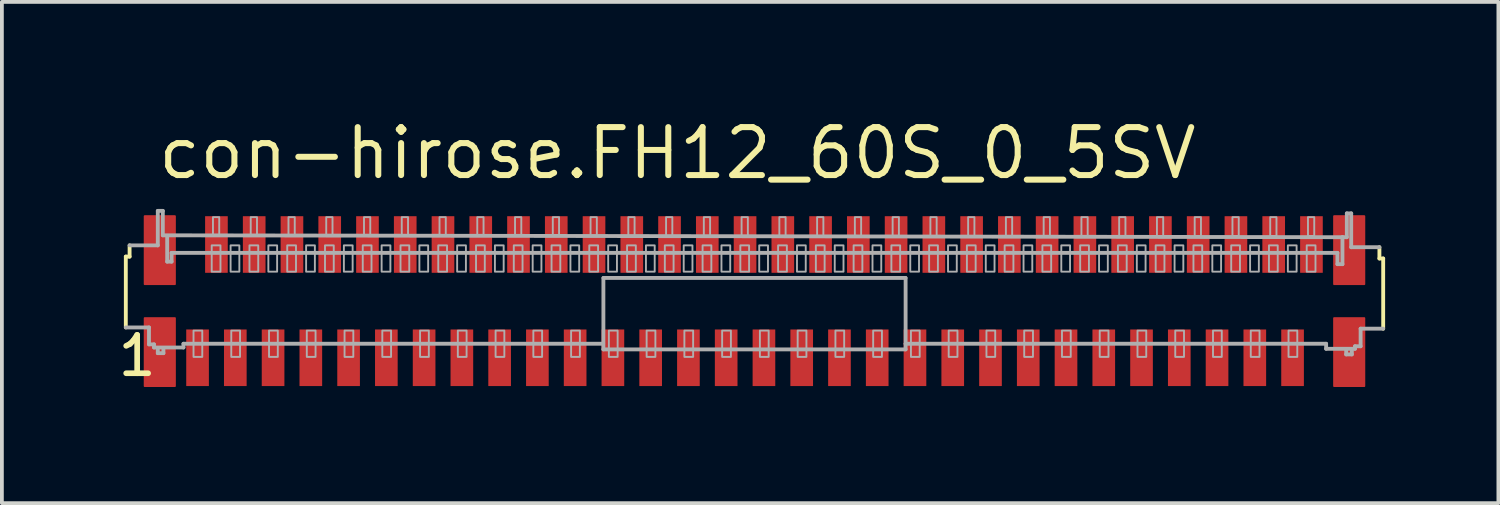
<source format=kicad_pcb>
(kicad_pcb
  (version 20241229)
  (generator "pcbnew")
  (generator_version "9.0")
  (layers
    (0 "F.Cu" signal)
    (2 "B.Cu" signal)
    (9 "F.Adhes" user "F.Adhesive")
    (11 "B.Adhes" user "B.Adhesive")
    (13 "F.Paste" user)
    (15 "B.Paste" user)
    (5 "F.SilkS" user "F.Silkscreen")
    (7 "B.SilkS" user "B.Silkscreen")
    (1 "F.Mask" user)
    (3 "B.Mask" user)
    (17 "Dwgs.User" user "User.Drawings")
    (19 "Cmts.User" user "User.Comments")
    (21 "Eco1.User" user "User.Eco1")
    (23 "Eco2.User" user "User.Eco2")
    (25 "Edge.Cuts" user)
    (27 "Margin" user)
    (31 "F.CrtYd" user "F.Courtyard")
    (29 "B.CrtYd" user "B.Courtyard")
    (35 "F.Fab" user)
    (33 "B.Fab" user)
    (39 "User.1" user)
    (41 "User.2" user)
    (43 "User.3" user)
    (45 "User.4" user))
  (footprint "con-hirose.FH12_60S_0_5SV"
    (layer "F.Cu")
    (at 16.932 4.925)
    (property "Reference" "con-hirose.FH12_60S_0_5SV" (at -15.875 -3.175 0) (layer "F.SilkS") (effects (font (size 1.27 1.27) (thickness 0.16)) (justify left bottom)))
    (attr smd)
    (fp_rect (start -16.15 -0.45) (end -15.35 -2.25) (stroke (width 0.05) (type default)) (fill yes) (layer "F.Cu"))
    (fp_rect (start -16.15 2.25) (end -15.35 0.45) (stroke (width 0.05) (type default)) (fill yes) (layer "F.Cu"))
    (fp_rect (start 15.35 -0.45) (end 16.15 -2.25) (stroke (width 0.05) (type default)) (fill yes) (layer "F.Cu"))
    (fp_rect (start 15.35 2.25) (end 16.15 0.45) (stroke (width 0.05) (type default)) (fill yes) (layer "F.Cu"))
    (fp_rect (start -16.225 -0.375) (end -15.275 -2.325) (stroke (width 0.05) (type default)) (fill yes) (layer "F.Mask"))
    (fp_rect (start -16.225 2.325) (end -15.275 0.375) (stroke (width 0.05) (type default)) (fill yes) (layer "F.Mask"))
    (fp_rect (start -15.1 2.3) (end -14.4 0.7) (stroke (width 0.05) (type default)) (fill yes) (layer "F.Mask"))
    (fp_rect (start -14.6 -0.7) (end -13.9 -2.3) (stroke (width 0.05) (type default)) (fill yes) (layer "F.Mask"))
    (fp_rect (start -14.1 2.3) (end -13.4 0.7) (stroke (width 0.05) (type default)) (fill yes) (layer "F.Mask"))
    (fp_rect (start -13.6 -0.7) (end -12.9 -2.3) (stroke (width 0.05) (type default)) (fill yes) (layer "F.Mask"))
    (fp_rect (start -13.1 2.3) (end -12.4 0.7) (stroke (width 0.05) (type default)) (fill yes) (layer "F.Mask"))
    (fp_rect (start -12.6 -0.7) (end -11.9 -2.3) (stroke (width 0.05) (type default)) (fill yes) (layer "F.Mask"))
    (fp_rect (start -12.1 2.3) (end -11.4 0.7) (stroke (width 0.05) (type default)) (fill yes) (layer "F.Mask"))
    (fp_rect (start -11.6 -0.7) (end -10.9 -2.3) (stroke (width 0.05) (type default)) (fill yes) (layer "F.Mask"))
    (fp_rect (start -11.1 2.3) (end -10.4 0.7) (stroke (width 0.05) (type default)) (fill yes) (layer "F.Mask"))
    (fp_rect (start -10.6 -0.7) (end -9.9 -2.3) (stroke (width 0.05) (type default)) (fill yes) (layer "F.Mask"))
    (fp_rect (start -10.1 2.3) (end -9.4 0.7) (stroke (width 0.05) (type default)) (fill yes) (layer "F.Mask"))
    (fp_rect (start -9.6 -0.7) (end -8.9 -2.3) (stroke (width 0.05) (type default)) (fill yes) (layer "F.Mask"))
    (fp_rect (start -9.1 2.3) (end -8.4 0.7) (stroke (width 0.05) (type default)) (fill yes) (layer "F.Mask"))
    (fp_rect (start -8.6 -0.7) (end -7.9 -2.3) (stroke (width 0.05) (type default)) (fill yes) (layer "F.Mask"))
    (fp_rect (start -8.1 2.3) (end -7.4 0.7) (stroke (width 0.05) (type default)) (fill yes) (layer "F.Mask"))
    (fp_rect (start -7.6 -0.7) (end -6.9 -2.3) (stroke (width 0.05) (type default)) (fill yes) (layer "F.Mask"))
    (fp_rect (start -7.1 2.3) (end -6.4 0.7) (stroke (width 0.05) (type default)) (fill yes) (layer "F.Mask"))
    (fp_rect (start -6.6 -0.7) (end -5.9 -2.3) (stroke (width 0.05) (type default)) (fill yes) (layer "F.Mask"))
    (fp_rect (start -6.1 2.3) (end -5.4 0.7) (stroke (width 0.05) (type default)) (fill yes) (layer "F.Mask"))
    (fp_rect (start -5.6 -0.7) (end -4.9 -2.3) (stroke (width 0.05) (type default)) (fill yes) (layer "F.Mask"))
    (fp_rect (start -5.1 2.3) (end -4.4 0.7) (stroke (width 0.05) (type default)) (fill yes) (layer "F.Mask"))
    (fp_rect (start -4.6 -0.7) (end -3.9 -2.3) (stroke (width 0.05) (type default)) (fill yes) (layer "F.Mask"))
    (fp_rect (start -4.1 2.3) (end -3.4 0.7) (stroke (width 0.05) (type default)) (fill yes) (layer "F.Mask"))
    (fp_rect (start -3.6 -0.7) (end -2.9 -2.3) (stroke (width 0.05) (type default)) (fill yes) (layer "F.Mask"))
    (fp_rect (start -3.1 2.3) (end -2.4 0.7) (stroke (width 0.05) (type default)) (fill yes) (layer "F.Mask"))
    (fp_rect (start -2.6 -0.7) (end -1.9 -2.3) (stroke (width 0.05) (type default)) (fill yes) (layer "F.Mask"))
    (fp_rect (start -2.1 2.3) (end -1.4 0.7) (stroke (width 0.05) (type default)) (fill yes) (layer "F.Mask"))
    (fp_rect (start -1.6 -0.7) (end -0.9 -2.3) (stroke (width 0.05) (type default)) (fill yes) (layer "F.Mask"))
    (fp_rect (start -1.1 2.3) (end -0.4 0.7) (stroke (width 0.05) (type default)) (fill yes) (layer "F.Mask"))
    (fp_rect (start -0.6 -0.7) (end 0.1 -2.3) (stroke (width 0.05) (type default)) (fill yes) (layer "F.Mask"))
    (fp_rect (start -0.1 2.3) (end 0.6 0.7) (stroke (width 0.05) (type default)) (fill yes) (layer "F.Mask"))
    (fp_rect (start 0.4 -0.7) (end 1.1 -2.3) (stroke (width 0.05) (type default)) (fill yes) (layer "F.Mask"))
    (fp_rect (start 0.9 2.3) (end 1.6 0.7) (stroke (width 0.05) (type default)) (fill yes) (layer "F.Mask"))
    (fp_rect (start 1.4 -0.7) (end 2.1 -2.3) (stroke (width 0.05) (type default)) (fill yes) (layer "F.Mask"))
    (fp_rect (start 1.9 2.3) (end 2.6 0.7) (stroke (width 0.05) (type default)) (fill yes) (layer "F.Mask"))
    (fp_rect (start 2.4 -0.7) (end 3.1 -2.3) (stroke (width 0.05) (type default)) (fill yes) (layer "F.Mask"))
    (fp_rect (start 2.9 2.3) (end 3.6 0.7) (stroke (width 0.05) (type default)) (fill yes) (layer "F.Mask"))
    (fp_rect (start 3.4 -0.7) (end 4.1 -2.3) (stroke (width 0.05) (type default)) (fill yes) (layer "F.Mask"))
    (fp_rect (start 3.9 2.3) (end 4.6 0.7) (stroke (width 0.05) (type default)) (fill yes) (layer "F.Mask"))
    (fp_rect (start 4.4 -0.7) (end 5.1 -2.3) (stroke (width 0.05) (type default)) (fill yes) (layer "F.Mask"))
    (fp_rect (start 4.9 2.3) (end 5.6 0.7) (stroke (width 0.05) (type default)) (fill yes) (layer "F.Mask"))
    (fp_rect (start 5.4 -0.7) (end 6.1 -2.3) (stroke (width 0.05) (type default)) (fill yes) (layer "F.Mask"))
    (fp_rect (start 5.9 2.3) (end 6.6 0.7) (stroke (width 0.05) (type default)) (fill yes) (layer "F.Mask"))
    (fp_rect (start 6.4 -0.7) (end 7.1 -2.3) (stroke (width 0.05) (type default)) (fill yes) (layer "F.Mask"))
    (fp_rect (start 6.9 2.3) (end 7.6 0.7) (stroke (width 0.05) (type default)) (fill yes) (layer "F.Mask"))
    (fp_rect (start 7.4 -0.7) (end 8.1 -2.3) (stroke (width 0.05) (type default)) (fill yes) (layer "F.Mask"))
    (fp_rect (start 7.9 2.3) (end 8.6 0.7) (stroke (width 0.05) (type default)) (fill yes) (layer "F.Mask"))
    (fp_rect (start 8.4 -0.7) (end 9.1 -2.3) (stroke (width 0.05) (type default)) (fill yes) (layer "F.Mask"))
    (fp_rect (start 8.9 2.3) (end 9.6 0.7) (stroke (width 0.05) (type default)) (fill yes) (layer "F.Mask"))
    (fp_rect (start 9.4 -0.7) (end 10.1 -2.3) (stroke (width 0.05) (type default)) (fill yes) (layer "F.Mask"))
    (fp_rect (start 9.9 2.3) (end 10.6 0.7) (stroke (width 0.05) (type default)) (fill yes) (layer "F.Mask"))
    (fp_rect (start 10.4 -0.7) (end 11.1 -2.3) (stroke (width 0.05) (type default)) (fill yes) (layer "F.Mask"))
    (fp_rect (start 10.9 2.3) (end 11.6 0.7) (stroke (width 0.05) (type default)) (fill yes) (layer "F.Mask"))
    (fp_rect (start 11.4 -0.7) (end 12.1 -2.3) (stroke (width 0.05) (type default)) (fill yes) (layer "F.Mask"))
    (fp_rect (start 11.9 2.3) (end 12.6 0.7) (stroke (width 0.05) (type default)) (fill yes) (layer "F.Mask"))
    (fp_rect (start 12.4 -0.7) (end 13.1 -2.3) (stroke (width 0.05) (type default)) (fill yes) (layer "F.Mask"))
    (fp_rect (start 12.9 2.3) (end 13.6 0.7) (stroke (width 0.05) (type default)) (fill yes) (layer "F.Mask"))
    (fp_rect (start 13.4 -0.7) (end 14.1 -2.3) (stroke (width 0.05) (type default)) (fill yes) (layer "F.Mask"))
    (fp_rect (start 13.9 2.3) (end 14.6 0.7) (stroke (width 0.05) (type default)) (fill yes) (layer "F.Mask"))
    (fp_rect (start 14.4 -0.7) (end 15.1 -2.3) (stroke (width 0.05) (type default)) (fill yes) (layer "F.Mask"))
    (fp_rect (start 15.275 -0.375) (end 16.225 -2.325) (stroke (width 0.05) (type default)) (fill yes) (layer "F.Mask"))
    (fp_rect (start 15.275 2.325) (end 16.225 0.375) (stroke (width 0.05) (type default)) (fill yes) (layer "F.Mask"))
    (fp_line (start -16.65 -1.179) (end -16.55 -1.179) (stroke (width 0.102) (type default)) (layer "F.SilkS"))
    (fp_line (start -16.65 0.697) (end -16.65 -1.179) (stroke (width 0.102) (type default)) (layer "F.SilkS"))
    (fp_line (start -16.55 -1.179) (end -16.55 -1.477) (stroke (width 0.102) (type default)) (layer "F.SilkS"))
    (fp_line (start 16.55 -1.428) (end 16.55 -1.129) (stroke (width 0.102) (type default)) (layer "F.SilkS"))
    (fp_line (start 16.55 -1.129) (end 16.65 -1.129) (stroke (width 0.102) (type default)) (layer "F.SilkS"))
    (fp_line (start 16.65 -1.129) (end 16.65 0.73) (stroke (width 0.102) (type default)) (layer "F.SilkS"))
    (fp_rect (start -16.1 -0.5) (end -15.4 -2.2) (stroke (width 0.05) (type default)) (fill yes) (layer "F.Paste"))
    (fp_rect (start -16.1 2.2) (end -15.4 0.5) (stroke (width 0.05) (type default)) (fill yes) (layer "F.Paste"))
    (fp_rect (start -15 2.2) (end -14.5 0.8) (stroke (width 0.05) (type default)) (fill yes) (layer "F.Paste"))
    (fp_rect (start -14.5 -0.8) (end -14 -2.2) (stroke (width 0.05) (type default)) (fill yes) (layer "F.Paste"))
    (fp_rect (start -14 2.2) (end -13.5 0.8) (stroke (width 0.05) (type default)) (fill yes) (layer "F.Paste"))
    (fp_rect (start -13.5 -0.8) (end -13 -2.2) (stroke (width 0.05) (type default)) (fill yes) (layer "F.Paste"))
    (fp_rect (start -13 2.2) (end -12.5 0.8) (stroke (width 0.05) (type default)) (fill yes) (layer "F.Paste"))
    (fp_rect (start -12.5 -0.8) (end -12 -2.2) (stroke (width 0.05) (type default)) (fill yes) (layer "F.Paste"))
    (fp_rect (start -12 2.2) (end -11.5 0.8) (stroke (width 0.05) (type default)) (fill yes) (layer "F.Paste"))
    (fp_rect (start -11.5 -0.8) (end -11 -2.2) (stroke (width 0.05) (type default)) (fill yes) (layer "F.Paste"))
    (fp_rect (start -11 2.2) (end -10.5 0.8) (stroke (width 0.05) (type default)) (fill yes) (layer "F.Paste"))
    (fp_rect (start -10.5 -0.8) (end -10 -2.2) (stroke (width 0.05) (type default)) (fill yes) (layer "F.Paste"))
    (fp_rect (start -10 2.2) (end -9.5 0.8) (stroke (width 0.05) (type default)) (fill yes) (layer "F.Paste"))
    (fp_rect (start -9.5 -0.8) (end -9 -2.2) (stroke (width 0.05) (type default)) (fill yes) (layer "F.Paste"))
    (fp_rect (start -9 2.2) (end -8.5 0.8) (stroke (width 0.05) (type default)) (fill yes) (layer "F.Paste"))
    (fp_rect (start -8.5 -0.8) (end -8 -2.2) (stroke (width 0.05) (type default)) (fill yes) (layer "F.Paste"))
    (fp_rect (start -8 2.2) (end -7.5 0.8) (stroke (width 0.05) (type default)) (fill yes) (layer "F.Paste"))
    (fp_rect (start -7.5 -0.8) (end -7 -2.2) (stroke (width 0.05) (type default)) (fill yes) (layer "F.Paste"))
    (fp_rect (start -7 2.2) (end -6.5 0.8) (stroke (width 0.05) (type default)) (fill yes) (layer "F.Paste"))
    (fp_rect (start -6.5 -0.8) (end -6 -2.2) (stroke (width 0.05) (type default)) (fill yes) (layer "F.Paste"))
    (fp_rect (start -6 2.2) (end -5.5 0.8) (stroke (width 0.05) (type default)) (fill yes) (layer "F.Paste"))
    (fp_rect (start -5.5 -0.8) (end -5 -2.2) (stroke (width 0.05) (type default)) (fill yes) (layer "F.Paste"))
    (fp_rect (start -5 2.2) (end -4.5 0.8) (stroke (width 0.05) (type default)) (fill yes) (layer "F.Paste"))
    (fp_rect (start -4.5 -0.8) (end -4 -2.2) (stroke (width 0.05) (type default)) (fill yes) (layer "F.Paste"))
    (fp_rect (start -4 2.2) (end -3.5 0.8) (stroke (width 0.05) (type default)) (fill yes) (layer "F.Paste"))
    (fp_rect (start -3.5 -0.8) (end -3 -2.2) (stroke (width 0.05) (type default)) (fill yes) (layer "F.Paste"))
    (fp_rect (start -3 2.2) (end -2.5 0.8) (stroke (width 0.05) (type default)) (fill yes) (layer "F.Paste"))
    (fp_rect (start -2.5 -0.8) (end -2 -2.2) (stroke (width 0.05) (type default)) (fill yes) (layer "F.Paste"))
    (fp_rect (start -2 2.2) (end -1.5 0.8) (stroke (width 0.05) (type default)) (fill yes) (layer "F.Paste"))
    (fp_rect (start -1.5 -0.8) (end -1 -2.2) (stroke (width 0.05) (type default)) (fill yes) (layer "F.Paste"))
    (fp_rect (start -1 2.2) (end -0.5 0.8) (stroke (width 0.05) (type default)) (fill yes) (layer "F.Paste"))
    (fp_rect (start -0.5 -0.8) (end 0 -2.2) (stroke (width 0.05) (type default)) (fill yes) (layer "F.Paste"))
    (fp_rect (start 0 2.2) (end 0.5 0.8) (stroke (width 0.05) (type default)) (fill yes) (layer "F.Paste"))
    (fp_rect (start 0.5 -0.8) (end 1 -2.2) (stroke (width 0.05) (type default)) (fill yes) (layer "F.Paste"))
    (fp_rect (start 1 2.2) (end 1.5 0.8) (stroke (width 0.05) (type default)) (fill yes) (layer "F.Paste"))
    (fp_rect (start 1.5 -0.8) (end 2 -2.2) (stroke (width 0.05) (type default)) (fill yes) (layer "F.Paste"))
    (fp_rect (start 2 2.2) (end 2.5 0.8) (stroke (width 0.05) (type default)) (fill yes) (layer "F.Paste"))
    (fp_rect (start 2.5 -0.8) (end 3 -2.2) (stroke (width 0.05) (type default)) (fill yes) (layer "F.Paste"))
    (fp_rect (start 3 2.2) (end 3.5 0.8) (stroke (width 0.05) (type default)) (fill yes) (layer "F.Paste"))
    (fp_rect (start 3.5 -0.8) (end 4 -2.2) (stroke (width 0.05) (type default)) (fill yes) (layer "F.Paste"))
    (fp_rect (start 4 2.2) (end 4.5 0.8) (stroke (width 0.05) (type default)) (fill yes) (layer "F.Paste"))
    (fp_rect (start 4.5 -0.8) (end 5 -2.2) (stroke (width 0.05) (type default)) (fill yes) (layer "F.Paste"))
    (fp_rect (start 5 2.2) (end 5.5 0.8) (stroke (width 0.05) (type default)) (fill yes) (layer "F.Paste"))
    (fp_rect (start 5.5 -0.8) (end 6 -2.2) (stroke (width 0.05) (type default)) (fill yes) (layer "F.Paste"))
    (fp_rect (start 6 2.2) (end 6.5 0.8) (stroke (width 0.05) (type default)) (fill yes) (layer "F.Paste"))
    (fp_rect (start 6.5 -0.8) (end 7 -2.2) (stroke (width 0.05) (type default)) (fill yes) (layer "F.Paste"))
    (fp_rect (start 7 2.2) (end 7.5 0.8) (stroke (width 0.05) (type default)) (fill yes) (layer "F.Paste"))
    (fp_rect (start 7.5 -0.8) (end 8 -2.2) (stroke (width 0.05) (type default)) (fill yes) (layer "F.Paste"))
    (fp_rect (start 8 2.2) (end 8.5 0.8) (stroke (width 0.05) (type default)) (fill yes) (layer "F.Paste"))
    (fp_rect (start 8.5 -0.8) (end 9 -2.2) (stroke (width 0.05) (type default)) (fill yes) (layer "F.Paste"))
    (fp_rect (start 9 2.2) (end 9.5 0.8) (stroke (width 0.05) (type default)) (fill yes) (layer "F.Paste"))
    (fp_rect (start 9.5 -0.8) (end 10 -2.2) (stroke (width 0.05) (type default)) (fill yes) (layer "F.Paste"))
    (fp_rect (start 10 2.2) (end 10.5 0.8) (stroke (width 0.05) (type default)) (fill yes) (layer "F.Paste"))
    (fp_rect (start 10.5 -0.8) (end 11 -2.2) (stroke (width 0.05) (type default)) (fill yes) (layer "F.Paste"))
    (fp_rect (start 11 2.2) (end 11.5 0.8) (stroke (width 0.05) (type default)) (fill yes) (layer "F.Paste"))
    (fp_rect (start 11.5 -0.8) (end 12 -2.2) (stroke (width 0.05) (type default)) (fill yes) (layer "F.Paste"))
    (fp_rect (start 12 2.2) (end 12.5 0.8) (stroke (width 0.05) (type default)) (fill yes) (layer "F.Paste"))
    (fp_rect (start 12.5 -0.8) (end 13 -2.2) (stroke (width 0.05) (type default)) (fill yes) (layer "F.Paste"))
    (fp_rect (start 13 2.2) (end 13.5 0.8) (stroke (width 0.05) (type default)) (fill yes) (layer "F.Paste"))
    (fp_rect (start 13.5 -0.8) (end 14 -2.2) (stroke (width 0.05) (type default)) (fill yes) (layer "F.Paste"))
    (fp_rect (start 14 2.2) (end 14.5 0.8) (stroke (width 0.05) (type default)) (fill yes) (layer "F.Paste"))
    (fp_rect (start 14.5 -0.8) (end 15 -2.2) (stroke (width 0.05) (type default)) (fill yes) (layer "F.Paste"))
    (fp_rect (start 15.4 -0.5) (end 16.1 -2.2) (stroke (width 0.05) (type default)) (fill yes) (layer "F.Paste"))
    (fp_rect (start 15.4 2.2) (end 16.1 0.5) (stroke (width 0.05) (type default)) (fill yes) (layer "F.Paste"))
    (fp_line (start -16.55 -1.477) (end -15.803 -1.477) (stroke (width 0.102) (type default)) (layer "F.Fab"))
    (fp_line (start -16.036 0.697) (end -16.65 0.697) (stroke (width 0.102) (type default)) (layer "F.Fab"))
    (fp_line (start -16.036 1.145) (end -16.036 0.697) (stroke (width 0.102) (type default)) (layer "F.Fab"))
    (fp_line (start -15.903 1.145) (end -16.036 1.145) (stroke (width 0.102) (type default)) (layer "F.Fab"))
    (fp_line (start -15.903 1.228) (end -15.903 1.145) (stroke (width 0.102) (type default)) (layer "F.Fab"))
    (fp_line (start -15.803 -2.39) (end -15.67 -2.39) (stroke (width 0.102) (type default)) (layer "F.Fab"))
    (fp_line (start -15.803 -1.477) (end -15.803 -2.39) (stroke (width 0.102) (type default)) (layer "F.Fab"))
    (fp_line (start -15.803 1.278) (end -15.803 1.378) (stroke (width 0.102) (type default)) (layer "F.Fab"))
    (fp_line (start -15.803 1.378) (end -15.654 1.378) (stroke (width 0.102) (type default)) (layer "F.Fab"))
    (fp_line (start -15.67 -2.39) (end -15.67 -1.743) (stroke (width 0.102) (type default)) (layer "F.Fab"))
    (fp_line (start -15.654 1.378) (end -15.654 1.278) (stroke (width 0.102) (type default)) (layer "F.Fab"))
    (fp_line (start -15.554 -1.71) (end -15.554 -1.046) (stroke (width 0.102) (type default)) (layer "F.Fab"))
    (fp_line (start -15.554 -1.046) (end -15.438 -1.046) (stroke (width 0.102) (type default)) (layer "F.Fab"))
    (fp_line (start -15.438 -1.278) (end 15.438 -1.278) (stroke (width 0.102) (type default)) (layer "F.Fab"))
    (fp_line (start -15.438 -1.046) (end -15.438 -1.278) (stroke (width 0.102) (type default)) (layer "F.Fab"))
    (fp_line (start -15.123 1.129) (end -15.123 1.228) (stroke (width 0.102) (type default)) (layer "F.Fab"))
    (fp_line (start -15.123 1.228) (end -15.903 1.228) (stroke (width 0.102) (type default)) (layer "F.Fab"))
    (fp_line (start -4.008 1.129) (end -15.123 1.129) (stroke (width 0.102) (type default)) (layer "F.Fab"))
    (fp_line (start -4.002 1.278) (end -4.002 -0.614) (stroke (width 0.102) (type default)) (layer "F.Fab"))
    (fp_line (start -4 -0.614) (end 4 -0.614) (stroke (width 0.102) (type default)) (layer "F.Fab"))
    (fp_line (start 4.002 -0.614) (end 4.002 1.129) (stroke (width 0.102) (type default)) (layer "F.Fab"))
    (fp_line (start 4.002 1.129) (end 4.002 1.278) (stroke (width 0.102) (type default)) (layer "F.Fab"))
    (fp_line (start 4.002 1.278) (end -4.002 1.278) (stroke (width 0.102) (type default)) (layer "F.Fab"))
    (fp_line (start 15.139 1.129) (end 4.002 1.129) (stroke (width 0.102) (type default)) (layer "F.Fab"))
    (fp_line (start 15.139 1.262) (end 15.139 1.129) (stroke (width 0.102) (type default)) (layer "F.Fab"))
    (fp_line (start 15.438 -1.278) (end 15.438 -0.979) (stroke (width 0.102) (type default)) (layer "F.Fab"))
    (fp_line (start 15.438 -0.979) (end 15.571 -0.979) (stroke (width 0.102) (type default)) (layer "F.Fab"))
    (fp_line (start 15.571 -1.693) (end -15.67 -1.743) (stroke (width 0.102) (type default)) (layer "F.Fab"))
    (fp_line (start 15.571 -0.979) (end 15.571 -1.693) (stroke (width 0.102) (type default)) (layer "F.Fab"))
    (fp_line (start 15.67 1.311) (end 15.67 1.411) (stroke (width 0.102) (type default)) (layer "F.Fab"))
    (fp_line (start 15.67 1.411) (end 15.82 1.411) (stroke (width 0.102) (type default)) (layer "F.Fab"))
    (fp_line (start 15.687 -2.324) (end 15.687 -1.693) (stroke (width 0.102) (type default)) (layer "F.Fab"))
    (fp_line (start 15.687 -2.324) (end 15.803 -2.324) (stroke (width 0.102) (type default)) (layer "F.Fab"))
    (fp_line (start 15.687 -1.693) (end 15.571 -1.693) (stroke (width 0.102) (type default)) (layer "F.Fab"))
    (fp_line (start 15.803 -2.324) (end 15.803 -1.428) (stroke (width 0.102) (type default)) (layer "F.Fab"))
    (fp_line (start 15.803 -1.428) (end 16.55 -1.428) (stroke (width 0.102) (type default)) (layer "F.Fab"))
    (fp_line (start 15.82 1.411) (end 15.82 1.311) (stroke (width 0.102) (type default)) (layer "F.Fab"))
    (fp_line (start 15.903 1.195) (end 15.903 1.262) (stroke (width 0.102) (type default)) (layer "F.Fab"))
    (fp_line (start 15.903 1.262) (end 15.139 1.262) (stroke (width 0.102) (type default)) (layer "F.Fab"))
    (fp_line (start 16.052 0.73) (end 16.052 1.195) (stroke (width 0.102) (type default)) (layer "F.Fab"))
    (fp_line (start 16.052 1.195) (end 15.903 1.195) (stroke (width 0.102) (type default)) (layer "F.Fab"))
    (fp_line (start 16.65 0.73) (end 16.052 0.73) (stroke (width 0.102) (type default)) (layer "F.Fab"))
    (fp_rect (start -14.857 1.477) (end -14.625 0.78) (stroke (width 0.05) (type default)) (fill no) (layer "F.Fab"))
    (fp_rect (start -14.375 -0.78) (end -14.143 -1.477) (stroke (width 0.05) (type default)) (fill no) (layer "F.Fab"))
    (fp_rect (start -14.342 -1.726) (end -14.176 -2.224) (stroke (width 0.05) (type default)) (fill no) (layer "F.Fab"))
    (fp_rect (start -13.875 -0.78) (end -13.643 -1.477) (stroke (width 0.05) (type default)) (fill no) (layer "F.Fab"))
    (fp_rect (start -13.857 1.477) (end -13.625 0.78) (stroke (width 0.05) (type default)) (fill no) (layer "F.Fab"))
    (fp_rect (start -13.375 -0.78) (end -13.143 -1.477) (stroke (width 0.05) (type default)) (fill no) (layer "F.Fab"))
    (fp_rect (start -13.342 -1.726) (end -13.176 -2.224) (stroke (width 0.05) (type default)) (fill no) (layer "F.Fab"))
    (fp_rect (start -12.875 -0.78) (end -12.643 -1.477) (stroke (width 0.05) (type default)) (fill no) (layer "F.Fab"))
    (fp_rect (start -12.857 1.477) (end -12.625 0.78) (stroke (width 0.05) (type default)) (fill no) (layer "F.Fab"))
    (fp_rect (start -12.375 -0.78) (end -12.143 -1.477) (stroke (width 0.05) (type default)) (fill no) (layer "F.Fab"))
    (fp_rect (start -12.342 -1.726) (end -12.176 -2.224) (stroke (width 0.05) (type default)) (fill no) (layer "F.Fab"))
    (fp_rect (start -11.875 -0.78) (end -11.643 -1.477) (stroke (width 0.05) (type default)) (fill no) (layer "F.Fab"))
    (fp_rect (start -11.857 1.477) (end -11.625 0.78) (stroke (width 0.05) (type default)) (fill no) (layer "F.Fab"))
    (fp_rect (start -11.375 -0.78) (end -11.143 -1.477) (stroke (width 0.05) (type default)) (fill no) (layer "F.Fab"))
    (fp_rect (start -11.342 -1.726) (end -11.176 -2.224) (stroke (width 0.05) (type default)) (fill no) (layer "F.Fab"))
    (fp_rect (start -10.875 -0.78) (end -10.643 -1.477) (stroke (width 0.05) (type default)) (fill no) (layer "F.Fab"))
    (fp_rect (start -10.857 1.477) (end -10.625 0.78) (stroke (width 0.05) (type default)) (fill no) (layer "F.Fab"))
    (fp_rect (start -10.375 -0.78) (end -10.143 -1.477) (stroke (width 0.05) (type default)) (fill no) (layer "F.Fab"))
    (fp_rect (start -10.342 -1.726) (end -10.176 -2.224) (stroke (width 0.05) (type default)) (fill no) (layer "F.Fab"))
    (fp_rect (start -9.875 -0.78) (end -9.643 -1.477) (stroke (width 0.05) (type default)) (fill no) (layer "F.Fab"))
    (fp_rect (start -9.857 1.477) (end -9.625 0.78) (stroke (width 0.05) (type default)) (fill no) (layer "F.Fab"))
    (fp_rect (start -9.375 -0.78) (end -9.143 -1.477) (stroke (width 0.05) (type default)) (fill no) (layer "F.Fab"))
    (fp_rect (start -9.342 -1.726) (end -9.176 -2.224) (stroke (width 0.05) (type default)) (fill no) (layer "F.Fab"))
    (fp_rect (start -8.875 -0.78) (end -8.643 -1.477) (stroke (width 0.05) (type default)) (fill no) (layer "F.Fab"))
    (fp_rect (start -8.857 1.477) (end -8.625 0.78) (stroke (width 0.05) (type default)) (fill no) (layer "F.Fab"))
    (fp_rect (start -8.375 -0.78) (end -8.143 -1.477) (stroke (width 0.05) (type default)) (fill no) (layer "F.Fab"))
    (fp_rect (start -8.342 -1.726) (end -8.176 -2.224) (stroke (width 0.05) (type default)) (fill no) (layer "F.Fab"))
    (fp_rect (start -7.875 -0.78) (end -7.643 -1.477) (stroke (width 0.05) (type default)) (fill no) (layer "F.Fab"))
    (fp_rect (start -7.857 1.477) (end -7.625 0.78) (stroke (width 0.05) (type default)) (fill no) (layer "F.Fab"))
    (fp_rect (start -7.375 -0.78) (end -7.143 -1.477) (stroke (width 0.05) (type default)) (fill no) (layer "F.Fab"))
    (fp_rect (start -7.342 -1.726) (end -7.176 -2.224) (stroke (width 0.05) (type default)) (fill no) (layer "F.Fab"))
    (fp_rect (start -6.875 -0.78) (end -6.643 -1.477) (stroke (width 0.05) (type default)) (fill no) (layer "F.Fab"))
    (fp_rect (start -6.857 1.477) (end -6.625 0.78) (stroke (width 0.05) (type default)) (fill no) (layer "F.Fab"))
    (fp_rect (start -6.375 -0.78) (end -6.143 -1.477) (stroke (width 0.05) (type default)) (fill no) (layer "F.Fab"))
    (fp_rect (start -6.342 -1.726) (end -6.176 -2.224) (stroke (width 0.05) (type default)) (fill no) (layer "F.Fab"))
    (fp_rect (start -5.875 -0.78) (end -5.643 -1.477) (stroke (width 0.05) (type default)) (fill no) (layer "F.Fab"))
    (fp_rect (start -5.857 1.477) (end -5.625 0.78) (stroke (width 0.05) (type default)) (fill no) (layer "F.Fab"))
    (fp_rect (start -5.375 -0.78) (end -5.143 -1.477) (stroke (width 0.05) (type default)) (fill no) (layer "F.Fab"))
    (fp_rect (start -5.342 -1.726) (end -5.176 -2.224) (stroke (width 0.05) (type default)) (fill no) (layer "F.Fab"))
    (fp_rect (start -4.875 -0.78) (end -4.643 -1.477) (stroke (width 0.05) (type default)) (fill no) (layer "F.Fab"))
    (fp_rect (start -4.857 1.477) (end -4.625 0.78) (stroke (width 0.05) (type default)) (fill no) (layer "F.Fab"))
    (fp_rect (start -4.375 -0.78) (end -4.143 -1.477) (stroke (width 0.05) (type default)) (fill no) (layer "F.Fab"))
    (fp_rect (start -4.342 -1.726) (end -4.176 -2.224) (stroke (width 0.05) (type default)) (fill no) (layer "F.Fab"))
    (fp_rect (start -3.875 -0.78) (end -3.643 -1.477) (stroke (width 0.05) (type default)) (fill no) (layer "F.Fab"))
    (fp_rect (start -3.857 1.477) (end -3.625 0.78) (stroke (width 0.05) (type default)) (fill no) (layer "F.Fab"))
    (fp_rect (start -3.375 -0.78) (end -3.143 -1.477) (stroke (width 0.05) (type default)) (fill no) (layer "F.Fab"))
    (fp_rect (start -3.342 -1.726) (end -3.176 -2.224) (stroke (width 0.05) (type default)) (fill no) (layer "F.Fab"))
    (fp_rect (start -2.875 -0.78) (end -2.643 -1.477) (stroke (width 0.05) (type default)) (fill no) (layer "F.Fab"))
    (fp_rect (start -2.857 1.477) (end -2.625 0.78) (stroke (width 0.05) (type default)) (fill no) (layer "F.Fab"))
    (fp_rect (start -2.375 -0.78) (end -2.143 -1.477) (stroke (width 0.05) (type default)) (fill no) (layer "F.Fab"))
    (fp_rect (start -2.342 -1.726) (end -2.176 -2.224) (stroke (width 0.05) (type default)) (fill no) (layer "F.Fab"))
    (fp_rect (start -1.875 -0.78) (end -1.643 -1.477) (stroke (width 0.05) (type default)) (fill no) (layer "F.Fab"))
    (fp_rect (start -1.857 1.477) (end -1.625 0.78) (stroke (width 0.05) (type default)) (fill no) (layer "F.Fab"))
    (fp_rect (start -1.375 -0.78) (end -1.143 -1.477) (stroke (width 0.05) (type default)) (fill no) (layer "F.Fab"))
    (fp_rect (start -1.342 -1.726) (end -1.176 -2.224) (stroke (width 0.05) (type default)) (fill no) (layer "F.Fab"))
    (fp_rect (start -0.875 -0.78) (end -0.643 -1.477) (stroke (width 0.05) (type default)) (fill no) (layer "F.Fab"))
    (fp_rect (start -0.857 1.477) (end -0.625 0.78) (stroke (width 0.05) (type default)) (fill no) (layer "F.Fab"))
    (fp_rect (start -0.375 -0.78) (end -0.143 -1.477) (stroke (width 0.05) (type default)) (fill no) (layer "F.Fab"))
    (fp_rect (start -0.342 -1.726) (end -0.176 -2.224) (stroke (width 0.05) (type default)) (fill no) (layer "F.Fab"))
    (fp_rect (start 0.125 -0.78) (end 0.357 -1.477) (stroke (width 0.05) (type default)) (fill no) (layer "F.Fab"))
    (fp_rect (start 0.143 1.477) (end 0.375 0.78) (stroke (width 0.05) (type default)) (fill no) (layer "F.Fab"))
    (fp_rect (start 0.625 -0.78) (end 0.857 -1.477) (stroke (width 0.05) (type default)) (fill no) (layer "F.Fab"))
    (fp_rect (start 0.658 -1.726) (end 0.824 -2.224) (stroke (width 0.05) (type default)) (fill no) (layer "F.Fab"))
    (fp_rect (start 1.125 -0.78) (end 1.357 -1.477) (stroke (width 0.05) (type default)) (fill no) (layer "F.Fab"))
    (fp_rect (start 1.143 1.477) (end 1.375 0.78) (stroke (width 0.05) (type default)) (fill no) (layer "F.Fab"))
    (fp_rect (start 1.625 -0.78) (end 1.857 -1.477) (stroke (width 0.05) (type default)) (fill no) (layer "F.Fab"))
    (fp_rect (start 1.658 -1.726) (end 1.824 -2.224) (stroke (width 0.05) (type default)) (fill no) (layer "F.Fab"))
    (fp_rect (start 2.125 -0.78) (end 2.357 -1.477) (stroke (width 0.05) (type default)) (fill no) (layer "F.Fab"))
    (fp_rect (start 2.143 1.477) (end 2.375 0.78) (stroke (width 0.05) (type default)) (fill no) (layer "F.Fab"))
    (fp_rect (start 2.625 -0.78) (end 2.857 -1.477) (stroke (width 0.05) (type default)) (fill no) (layer "F.Fab"))
    (fp_rect (start 2.658 -1.726) (end 2.824 -2.224) (stroke (width 0.05) (type default)) (fill no) (layer "F.Fab"))
    (fp_rect (start 3.125 -0.78) (end 3.357 -1.477) (stroke (width 0.05) (type default)) (fill no) (layer "F.Fab"))
    (fp_rect (start 3.143 1.477) (end 3.375 0.78) (stroke (width 0.05) (type default)) (fill no) (layer "F.Fab"))
    (fp_rect (start 3.625 -0.78) (end 3.857 -1.477) (stroke (width 0.05) (type default)) (fill no) (layer "F.Fab"))
    (fp_rect (start 3.658 -1.726) (end 3.824 -2.224) (stroke (width 0.05) (type default)) (fill no) (layer "F.Fab"))
    (fp_rect (start 4.125 -0.78) (end 4.357 -1.477) (stroke (width 0.05) (type default)) (fill no) (layer "F.Fab"))
    (fp_rect (start 4.143 1.477) (end 4.375 0.78) (stroke (width 0.05) (type default)) (fill no) (layer "F.Fab"))
    (fp_rect (start 4.625 -0.78) (end 4.857 -1.477) (stroke (width 0.05) (type default)) (fill no) (layer "F.Fab"))
    (fp_rect (start 4.658 -1.726) (end 4.824 -2.224) (stroke (width 0.05) (type default)) (fill no) (layer "F.Fab"))
    (fp_rect (start 5.125 -0.78) (end 5.357 -1.477) (stroke (width 0.05) (type default)) (fill no) (layer "F.Fab"))
    (fp_rect (start 5.143 1.477) (end 5.375 0.78) (stroke (width 0.05) (type default)) (fill no) (layer "F.Fab"))
    (fp_rect (start 5.625 -0.78) (end 5.857 -1.477) (stroke (width 0.05) (type default)) (fill no) (layer "F.Fab"))
    (fp_rect (start 5.658 -1.726) (end 5.824 -2.224) (stroke (width 0.05) (type default)) (fill no) (layer "F.Fab"))
    (fp_rect (start 6.125 -0.78) (end 6.357 -1.477) (stroke (width 0.05) (type default)) (fill no) (layer "F.Fab"))
    (fp_rect (start 6.143 1.477) (end 6.375 0.78) (stroke (width 0.05) (type default)) (fill no) (layer "F.Fab"))
    (fp_rect (start 6.625 -0.78) (end 6.857 -1.477) (stroke (width 0.05) (type default)) (fill no) (layer "F.Fab"))
    (fp_rect (start 6.658 -1.726) (end 6.824 -2.224) (stroke (width 0.05) (type default)) (fill no) (layer "F.Fab"))
    (fp_rect (start 7.125 -0.78) (end 7.357 -1.477) (stroke (width 0.05) (type default)) (fill no) (layer "F.Fab"))
    (fp_rect (start 7.143 1.477) (end 7.375 0.78) (stroke (width 0.05) (type default)) (fill no) (layer "F.Fab"))
    (fp_rect (start 7.625 -0.78) (end 7.857 -1.477) (stroke (width 0.05) (type default)) (fill no) (layer "F.Fab"))
    (fp_rect (start 7.658 -1.726) (end 7.824 -2.224) (stroke (width 0.05) (type default)) (fill no) (layer "F.Fab"))
    (fp_rect (start 8.125 -0.78) (end 8.357 -1.477) (stroke (width 0.05) (type default)) (fill no) (layer "F.Fab"))
    (fp_rect (start 8.143 1.477) (end 8.375 0.78) (stroke (width 0.05) (type default)) (fill no) (layer "F.Fab"))
    (fp_rect (start 8.625 -0.78) (end 8.857 -1.477) (stroke (width 0.05) (type default)) (fill no) (layer "F.Fab"))
    (fp_rect (start 8.658 -1.726) (end 8.824 -2.224) (stroke (width 0.05) (type default)) (fill no) (layer "F.Fab"))
    (fp_rect (start 9.125 -0.78) (end 9.357 -1.477) (stroke (width 0.05) (type default)) (fill no) (layer "F.Fab"))
    (fp_rect (start 9.143 1.477) (end 9.375 0.78) (stroke (width 0.05) (type default)) (fill no) (layer "F.Fab"))
    (fp_rect (start 9.625 -0.78) (end 9.857 -1.477) (stroke (width 0.05) (type default)) (fill no) (layer "F.Fab"))
    (fp_rect (start 9.658 -1.726) (end 9.824 -2.224) (stroke (width 0.05) (type default)) (fill no) (layer "F.Fab"))
    (fp_rect (start 10.125 -0.78) (end 10.357 -1.477) (stroke (width 0.05) (type default)) (fill no) (layer "F.Fab"))
    (fp_rect (start 10.143 1.477) (end 10.375 0.78) (stroke (width 0.05) (type default)) (fill no) (layer "F.Fab"))
    (fp_rect (start 10.625 -0.78) (end 10.857 -1.477) (stroke (width 0.05) (type default)) (fill no) (layer "F.Fab"))
    (fp_rect (start 10.658 -1.726) (end 10.824 -2.224) (stroke (width 0.05) (type default)) (fill no) (layer "F.Fab"))
    (fp_rect (start 11.125 -0.78) (end 11.357 -1.477) (stroke (width 0.05) (type default)) (fill no) (layer "F.Fab"))
    (fp_rect (start 11.143 1.477) (end 11.375 0.78) (stroke (width 0.05) (type default)) (fill no) (layer "F.Fab"))
    (fp_rect (start 11.625 -0.78) (end 11.857 -1.477) (stroke (width 0.05) (type default)) (fill no) (layer "F.Fab"))
    (fp_rect (start 11.658 -1.726) (end 11.824 -2.224) (stroke (width 0.05) (type default)) (fill no) (layer "F.Fab"))
    (fp_rect (start 12.125 -0.78) (end 12.357 -1.477) (stroke (width 0.05) (type default)) (fill no) (layer "F.Fab"))
    (fp_rect (start 12.143 1.477) (end 12.375 0.78) (stroke (width 0.05) (type default)) (fill no) (layer "F.Fab"))
    (fp_rect (start 12.625 -0.78) (end 12.857 -1.477) (stroke (width 0.05) (type default)) (fill no) (layer "F.Fab"))
    (fp_rect (start 12.658 -1.726) (end 12.824 -2.224) (stroke (width 0.05) (type default)) (fill no) (layer "F.Fab"))
    (fp_rect (start 13.125 -0.78) (end 13.357 -1.477) (stroke (width 0.05) (type default)) (fill no) (layer "F.Fab"))
    (fp_rect (start 13.143 1.477) (end 13.375 0.78) (stroke (width 0.05) (type default)) (fill no) (layer "F.Fab"))
    (fp_rect (start 13.625 -0.78) (end 13.857 -1.477) (stroke (width 0.05) (type default)) (fill no) (layer "F.Fab"))
    (fp_rect (start 13.658 -1.726) (end 13.824 -2.224) (stroke (width 0.05) (type default)) (fill no) (layer "F.Fab"))
    (fp_rect (start 14.125 -0.78) (end 14.357 -1.477) (stroke (width 0.05) (type default)) (fill no) (layer "F.Fab"))
    (fp_rect (start 14.143 1.477) (end 14.375 0.78) (stroke (width 0.05) (type default)) (fill no) (layer "F.Fab"))
    (fp_rect (start 14.625 -0.78) (end 14.857 -1.477) (stroke (width 0.05) (type default)) (fill no) (layer "F.Fab"))
    (fp_rect (start 14.658 -1.726) (end 14.824 -2.224) (stroke (width 0.05) (type default)) (fill no) (layer "F.Fab"))
    (fp_text user "1" (at -16.932 2.042 0) (layer "F.SilkS") (effects (font (size 1.016 1.016) (thickness 0.15)) (justify left bottom)))
    (pad "1" smd roundrect (at -14.75 1.5) (size 0.6 1.5) (layers "F.Cu" "F.Mask" "F.Paste") (roundrect_rratio 0.01))
    (pad "2" smd roundrect (at -14.25 -1.5) (size 0.6 1.5) (layers "F.Cu" "F.Mask" "F.Paste") (roundrect_rratio 0.01))
    (pad "3" smd roundrect (at -13.75 1.5) (size 0.6 1.5) (layers "F.Cu" "F.Mask" "F.Paste") (roundrect_rratio 0.01))
    (pad "4" smd roundrect (at -13.25 -1.5) (size 0.6 1.5) (layers "F.Cu" "F.Mask" "F.Paste") (roundrect_rratio 0.01))
    (pad "5" smd roundrect (at -12.75 1.5) (size 0.6 1.5) (layers "F.Cu" "F.Mask" "F.Paste") (roundrect_rratio 0.01))
    (pad "6" smd roundrect (at -12.25 -1.5) (size 0.6 1.5) (layers "F.Cu" "F.Mask" "F.Paste") (roundrect_rratio 0.01))
    (pad "7" smd roundrect (at -11.75 1.5) (size 0.6 1.5) (layers "F.Cu" "F.Mask" "F.Paste") (roundrect_rratio 0.01))
    (pad "8" smd roundrect (at -11.25 -1.5) (size 0.6 1.5) (layers "F.Cu" "F.Mask" "F.Paste") (roundrect_rratio 0.01))
    (pad "9" smd roundrect (at -10.75 1.5) (size 0.6 1.5) (layers "F.Cu" "F.Mask" "F.Paste") (roundrect_rratio 0.01))
    (pad "10" smd roundrect (at -10.25 -1.5) (size 0.6 1.5) (layers "F.Cu" "F.Mask" "F.Paste") (roundrect_rratio 0.01))
    (pad "11" smd roundrect (at -9.75 1.5) (size 0.6 1.5) (layers "F.Cu" "F.Mask" "F.Paste") (roundrect_rratio 0.01))
    (pad "12" smd roundrect (at -9.25 -1.5) (size 0.6 1.5) (layers "F.Cu" "F.Mask" "F.Paste") (roundrect_rratio 0.01))
    (pad "13" smd roundrect (at -8.75 1.5) (size 0.6 1.5) (layers "F.Cu" "F.Mask" "F.Paste") (roundrect_rratio 0.01))
    (pad "14" smd roundrect (at -8.25 -1.5) (size 0.6 1.5) (layers "F.Cu" "F.Mask" "F.Paste") (roundrect_rratio 0.01))
    (pad "15" smd roundrect (at -7.75 1.5) (size 0.6 1.5) (layers "F.Cu" "F.Mask" "F.Paste") (roundrect_rratio 0.01))
    (pad "16" smd roundrect (at -7.25 -1.5) (size 0.6 1.5) (layers "F.Cu" "F.Mask" "F.Paste") (roundrect_rratio 0.01))
    (pad "17" smd roundrect (at -6.75 1.5) (size 0.6 1.5) (layers "F.Cu" "F.Mask" "F.Paste") (roundrect_rratio 0.01))
    (pad "18" smd roundrect (at -6.25 -1.5) (size 0.6 1.5) (layers "F.Cu" "F.Mask" "F.Paste") (roundrect_rratio 0.01))
    (pad "19" smd roundrect (at -5.75 1.5) (size 0.6 1.5) (layers "F.Cu" "F.Mask" "F.Paste") (roundrect_rratio 0.01))
    (pad "20" smd roundrect (at -5.25 -1.5) (size 0.6 1.5) (layers "F.Cu" "F.Mask" "F.Paste") (roundrect_rratio 0.01))
    (pad "21" smd roundrect (at -4.75 1.5) (size 0.6 1.5) (layers "F.Cu" "F.Mask" "F.Paste") (roundrect_rratio 0.01))
    (pad "22" smd roundrect (at -4.25 -1.5) (size 0.6 1.5) (layers "F.Cu" "F.Mask" "F.Paste") (roundrect_rratio 0.01))
    (pad "23" smd roundrect (at -3.75 1.5) (size 0.6 1.5) (layers "F.Cu" "F.Mask" "F.Paste") (roundrect_rratio 0.01))
    (pad "24" smd roundrect (at -3.25 -1.5) (size 0.6 1.5) (layers "F.Cu" "F.Mask" "F.Paste") (roundrect_rratio 0.01))
    (pad "25" smd roundrect (at -2.75 1.5) (size 0.6 1.5) (layers "F.Cu" "F.Mask" "F.Paste") (roundrect_rratio 0.01))
    (pad "26" smd roundrect (at -2.25 -1.5) (size 0.6 1.5) (layers "F.Cu" "F.Mask" "F.Paste") (roundrect_rratio 0.01))
    (pad "27" smd roundrect (at -1.75 1.5) (size 0.6 1.5) (layers "F.Cu" "F.Mask" "F.Paste") (roundrect_rratio 0.01))
    (pad "28" smd roundrect (at -1.25 -1.5) (size 0.6 1.5) (layers "F.Cu" "F.Mask" "F.Paste") (roundrect_rratio 0.01))
    (pad "29" smd roundrect (at -0.75 1.5) (size 0.6 1.5) (layers "F.Cu" "F.Mask" "F.Paste") (roundrect_rratio 0.01))
    (pad "30" smd roundrect (at -0.25 -1.5) (size 0.6 1.5) (layers "F.Cu" "F.Mask" "F.Paste") (roundrect_rratio 0.01))
    (pad "31" smd roundrect (at 0.25 1.5) (size 0.6 1.5) (layers "F.Cu" "F.Mask" "F.Paste") (roundrect_rratio 0.01))
    (pad "32" smd roundrect (at 0.75 -1.5) (size 0.6 1.5) (layers "F.Cu" "F.Mask" "F.Paste") (roundrect_rratio 0.01))
    (pad "33" smd roundrect (at 1.25 1.5) (size 0.6 1.5) (layers "F.Cu" "F.Mask" "F.Paste") (roundrect_rratio 0.01))
    (pad "34" smd roundrect (at 1.75 -1.5) (size 0.6 1.5) (layers "F.Cu" "F.Mask" "F.Paste") (roundrect_rratio 0.01))
    (pad "35" smd roundrect (at 2.25 1.5) (size 0.6 1.5) (layers "F.Cu" "F.Mask" "F.Paste") (roundrect_rratio 0.01))
    (pad "36" smd roundrect (at 2.75 -1.5) (size 0.6 1.5) (layers "F.Cu" "F.Mask" "F.Paste") (roundrect_rratio 0.01))
    (pad "37" smd roundrect (at 3.25 1.5) (size 0.6 1.5) (layers "F.Cu" "F.Mask" "F.Paste") (roundrect_rratio 0.01))
    (pad "38" smd roundrect (at 3.75 -1.5) (size 0.6 1.5) (layers "F.Cu" "F.Mask" "F.Paste") (roundrect_rratio 0.01))
    (pad "39" smd roundrect (at 4.25 1.5) (size 0.6 1.5) (layers "F.Cu" "F.Mask" "F.Paste") (roundrect_rratio 0.01))
    (pad "40" smd roundrect (at 4.75 -1.5) (size 0.6 1.5) (layers "F.Cu" "F.Mask" "F.Paste") (roundrect_rratio 0.01))
    (pad "41" smd roundrect (at 5.25 1.5) (size 0.6 1.5) (layers "F.Cu" "F.Mask" "F.Paste") (roundrect_rratio 0.01))
    (pad "42" smd roundrect (at 5.75 -1.5) (size 0.6 1.5) (layers "F.Cu" "F.Mask" "F.Paste") (roundrect_rratio 0.01))
    (pad "43" smd roundrect (at 6.25 1.5) (size 0.6 1.5) (layers "F.Cu" "F.Mask" "F.Paste") (roundrect_rratio 0.01))
    (pad "44" smd roundrect (at 6.75 -1.5) (size 0.6 1.5) (layers "F.Cu" "F.Mask" "F.Paste") (roundrect_rratio 0.01))
    (pad "45" smd roundrect (at 7.25 1.5) (size 0.6 1.5) (layers "F.Cu" "F.Mask" "F.Paste") (roundrect_rratio 0.01))
    (pad "46" smd roundrect (at 7.75 -1.5) (size 0.6 1.5) (layers "F.Cu" "F.Mask" "F.Paste") (roundrect_rratio 0.01))
    (pad "47" smd roundrect (at 8.25 1.5) (size 0.6 1.5) (layers "F.Cu" "F.Mask" "F.Paste") (roundrect_rratio 0.01))
    (pad "48" smd roundrect (at 8.75 -1.5) (size 0.6 1.5) (layers "F.Cu" "F.Mask" "F.Paste") (roundrect_rratio 0.01))
    (pad "49" smd roundrect (at 9.25 1.5) (size 0.6 1.5) (layers "F.Cu" "F.Mask" "F.Paste") (roundrect_rratio 0.01))
    (pad "50" smd roundrect (at 9.75 -1.5) (size 0.6 1.5) (layers "F.Cu" "F.Mask" "F.Paste") (roundrect_rratio 0.01))
    (pad "51" smd roundrect (at 10.25 1.5) (size 0.6 1.5) (layers "F.Cu" "F.Mask" "F.Paste") (roundrect_rratio 0.01))
    (pad "52" smd roundrect (at 10.75 -1.5) (size 0.6 1.5) (layers "F.Cu" "F.Mask" "F.Paste") (roundrect_rratio 0.01))
    (pad "53" smd roundrect (at 11.25 1.5) (size 0.6 1.5) (layers "F.Cu" "F.Mask" "F.Paste") (roundrect_rratio 0.01))
    (pad "54" smd roundrect (at 11.75 -1.5) (size 0.6 1.5) (layers "F.Cu" "F.Mask" "F.Paste") (roundrect_rratio 0.01))
    (pad "55" smd roundrect (at 12.25 1.5) (size 0.6 1.5) (layers "F.Cu" "F.Mask" "F.Paste") (roundrect_rratio 0.01))
    (pad "56" smd roundrect (at 12.75 -1.5) (size 0.6 1.5) (layers "F.Cu" "F.Mask" "F.Paste") (roundrect_rratio 0.01))
    (pad "57" smd roundrect (at 13.25 1.5) (size 0.6 1.5) (layers "F.Cu" "F.Mask" "F.Paste") (roundrect_rratio 0.01))
    (pad "58" smd roundrect (at 13.75 -1.5) (size 0.6 1.5) (layers "F.Cu" "F.Mask" "F.Paste") (roundrect_rratio 0.01))
    (pad "59" smd roundrect (at 14.25 1.5) (size 0.6 1.5) (layers "F.Cu" "F.Mask" "F.Paste") (roundrect_rratio 0.01))
    (pad "60" smd roundrect (at 14.75 -1.5) (size 0.6 1.5) (layers "F.Cu" "F.Mask" "F.Paste") (roundrect_rratio 0.01)))
  (gr_rect
    (start -3 -3)
    (end 36.633 10.275)
    (stroke (width 0.1) (type default))
    (fill no)
    (layer "Edge.Cuts")))
</source>
